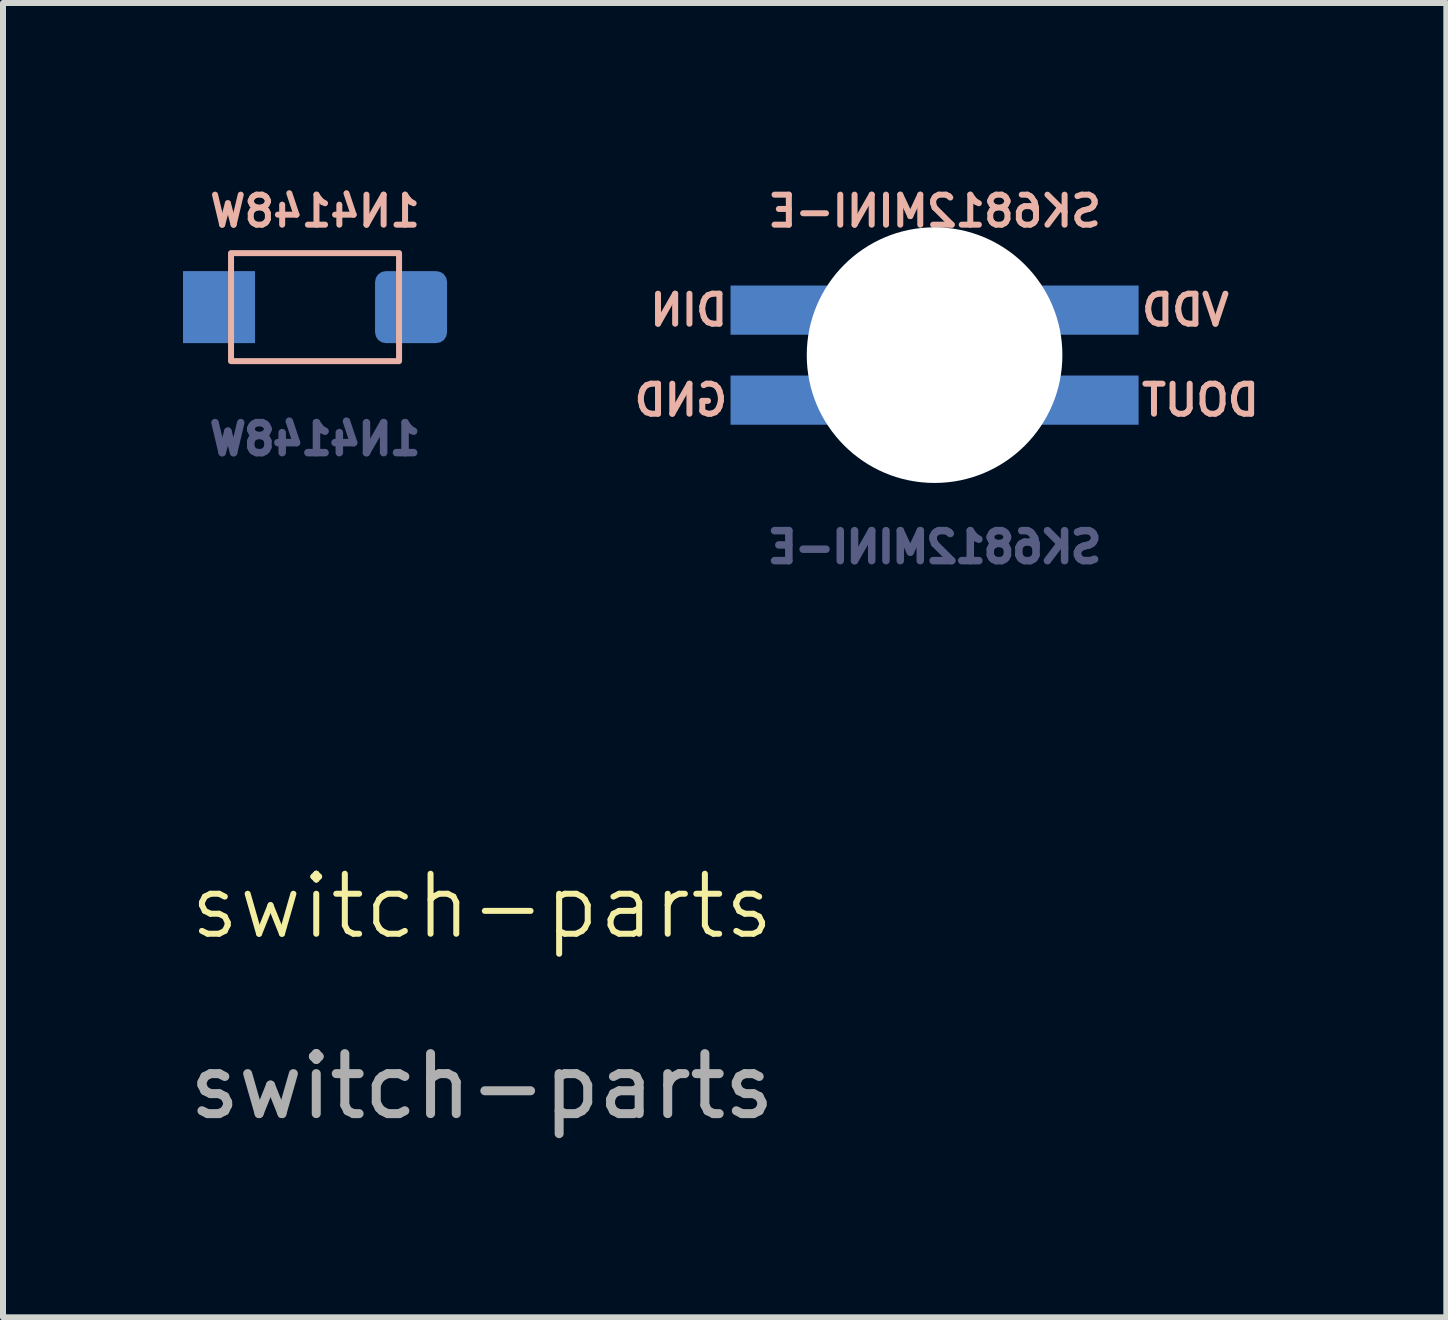
<source format=kicad_pcb>
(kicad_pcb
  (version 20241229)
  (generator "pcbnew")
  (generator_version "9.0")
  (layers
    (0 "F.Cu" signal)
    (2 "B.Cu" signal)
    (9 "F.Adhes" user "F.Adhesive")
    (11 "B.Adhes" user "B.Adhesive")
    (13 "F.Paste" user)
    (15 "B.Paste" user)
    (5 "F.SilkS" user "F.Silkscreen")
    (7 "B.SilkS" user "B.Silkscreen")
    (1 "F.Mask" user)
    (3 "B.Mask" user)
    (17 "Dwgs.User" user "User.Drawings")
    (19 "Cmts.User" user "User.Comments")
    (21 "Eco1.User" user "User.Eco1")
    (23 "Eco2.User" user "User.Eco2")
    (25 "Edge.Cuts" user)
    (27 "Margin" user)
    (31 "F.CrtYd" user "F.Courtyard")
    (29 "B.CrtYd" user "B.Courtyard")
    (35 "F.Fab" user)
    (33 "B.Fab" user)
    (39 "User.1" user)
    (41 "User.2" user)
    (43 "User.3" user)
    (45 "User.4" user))
  (footprint "1N4148W"
    (layer "F.Cu")
    (at 2.2 2.068)
    (property "Reference" "1N4148W" (at 0 -1.6 0) (unlocked yes) (layer "B.SilkS") (effects (font (size 0.5 0.5) (thickness 0.1)) (justify mirror)))
    (attr smd)
    (fp_rect (start 1.4 -0.9) (end -1.4 0.9) (stroke (width 0.1) (type default)) (fill no) (layer "B.SilkS"))
    (fp_text user "${REFERENCE}" (at 0 2.2 0) (unlocked yes) (layer "B.Fab") (effects (font (size 0.5 0.5) (thickness 0.125)) (justify mirror)))
    (pad "1" smd roundrect (at 1.6 0) (size 1.2 1.2) (layers "B.Cu" "B.Mask" "B.Paste") (roundrect_rratio 0.15))
    (pad "2" smd rect (at -1.6 0) (size 1.2 1.2) (layers "B.Cu" "B.Mask" "B.Paste")))
  (footprint "SK6812MINI-E"
    (layer "F.Cu")
    (at 11.824 8.043)
    (property "Reference" "SK6812MINI-E" (at 0.7 -7.575 0) (unlocked yes) (layer "B.SilkS") (effects (font (size 0.5 0.5) (thickness 0.1)) (justify mirror)))
    (attr smd)
    (fp_text user "DIN" (at -2.7 -5.925 0) (unlocked yes) (layer "B.SilkS") (effects (font (size 0.5 0.5) (thickness 0.1)) (justify left mirror)))
    (fp_text user "DOUT" (at 4.1 -4.425 0) (unlocked yes) (layer "B.SilkS") (effects (font (size 0.5 0.5) (thickness 0.1)) (justify right mirror)))
    (fp_text user "GND" (at -2.7 -4.425 0) (unlocked yes) (layer "B.SilkS") (effects (font (size 0.5 0.5) (thickness 0.1)) (justify left mirror)))
    (fp_text user "VDD" (at 4.1 -5.925 0) (unlocked yes) (layer "B.SilkS") (effects (font (size 0.5 0.5) (thickness 0.1)) (justify right mirror)))
    (fp_text user "${REFERENCE}" (at 0.7 -1.975 0) (unlocked yes) (layer "B.Fab") (effects (font (size 0.5 0.5) (thickness 0.125)) (justify mirror)))
    (pad "" np_thru_hole circle (at 0.7 -5.175) (size 4.26 4.26) (drill 4.26) (layers "*.Cu" "*.Mask"))
    (pad "1" smd rect (at 3.2 -5.925) (size 1.8 0.82) (layers "B.Cu" "B.Mask" "B.Paste"))
    (pad "2" smd rect (at 3.2 -4.425) (size 1.8 0.82) (layers "B.Cu" "B.Mask" "B.Paste"))
    (pad "3" smd rect (at -1.8 -4.425) (size 1.8 0.82) (layers "B.Cu" "B.Mask" "B.Paste"))
    (pad "4" smd rect (at -1.8 -5.925) (size 1.8 0.82) (layers "B.Cu" "B.Mask" "B.Paste")))
  (footprint "switch-parts"
    (layer "F.Cu")
    (at 4.982 12.553)
    (property "Reference" "switch-parts" (at 0 -0.5 0) (unlocked yes) (layer "F.SilkS") (effects (font (size 1 1) (thickness 0.1))))
    (attr smd)
    (fp_text user "${REFERENCE}" (at 0 2.5 0) (unlocked yes) (layer "F.Fab") (effects (font (size 1 1) (thickness 0.15)))))
  (gr_rect
    (start -3 -3)
    (end 21.052 18.902)
    (stroke (width 0.1) (type default))
    (fill no)
    (layer "Edge.Cuts")))
</source>
